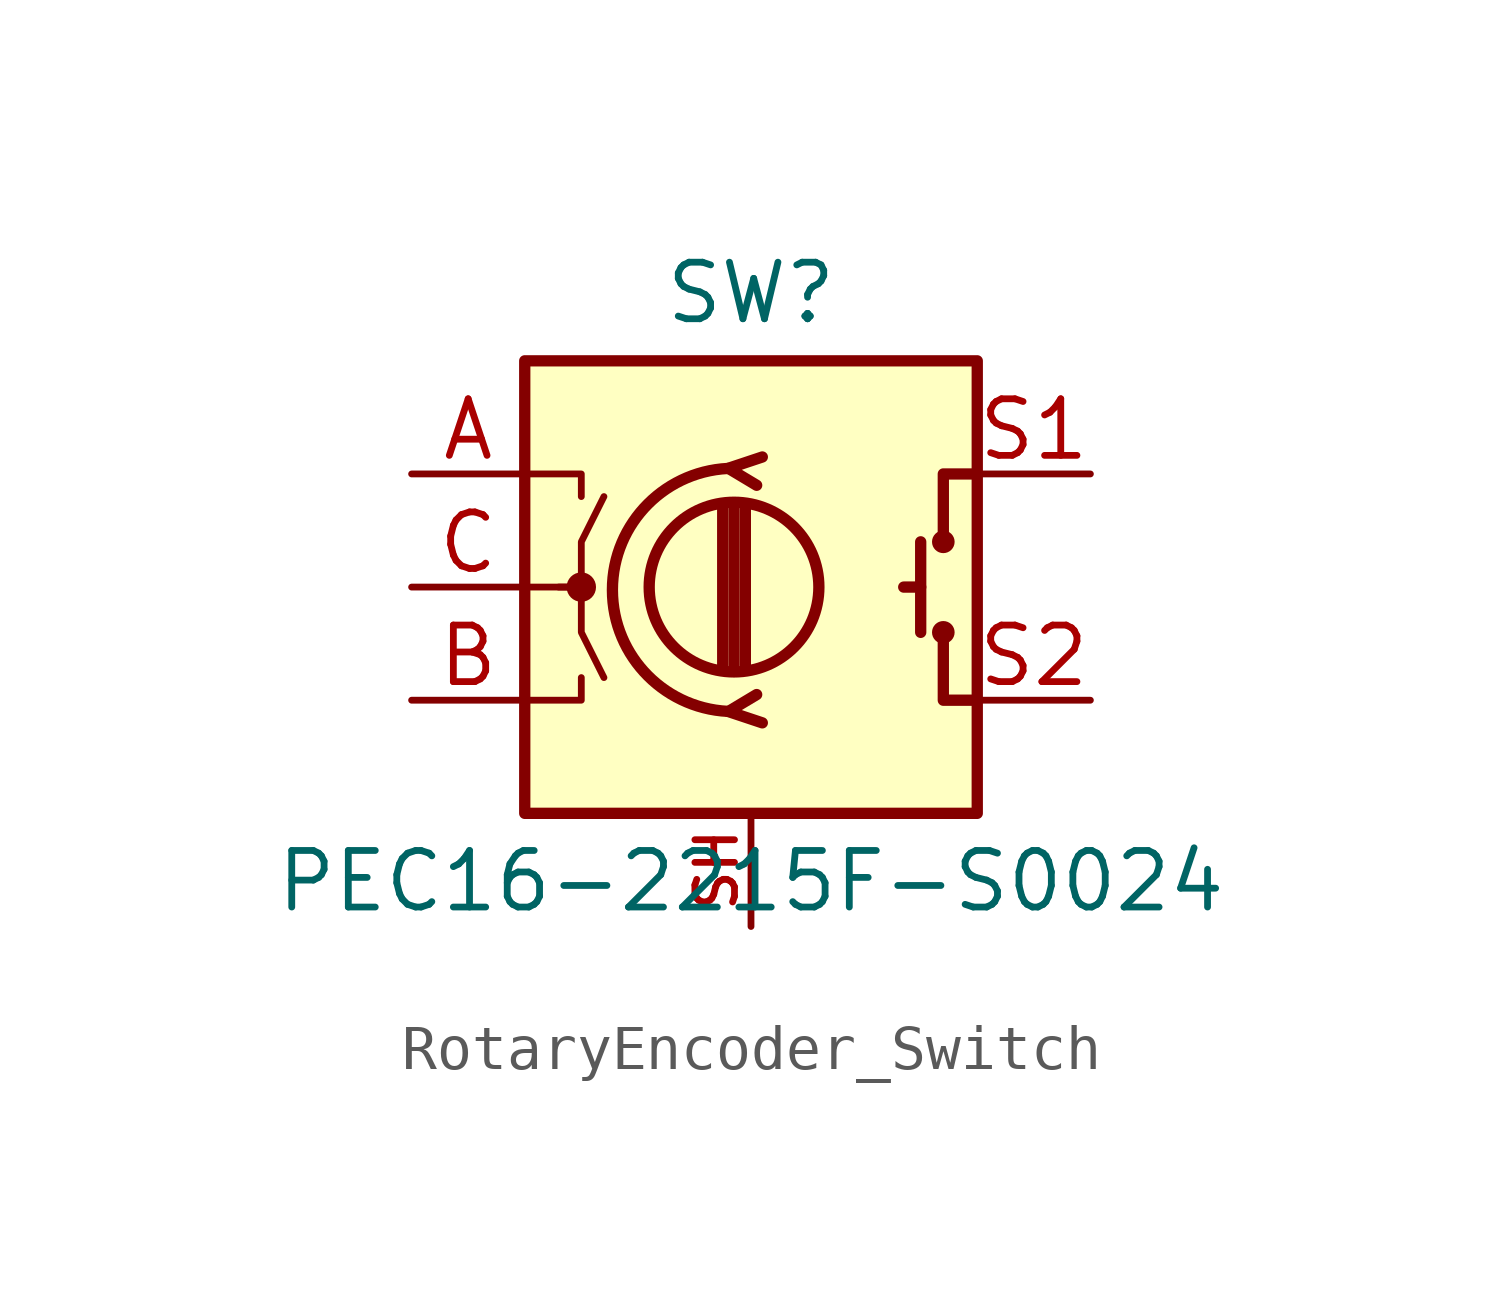
<source format=kicad_sym>
(kicad_symbol_lib
  (version 20220914)
  (generator kicad_symbol_editor)
  (symbol "RotaryEncoder_Switch"
    (pin_names
      (offset 0.254) hide)
    (property "Reference" "SW"
      (at 0 6.604 0)
      (effects (font (size 1.27 1.27))))
    (property "Value" "PEC16-2215F-S0024"
      (at 0 -6.604 0)
      (effects (font (size 1.27 1.27))))
    (symbol "RotaryEncoder_Switch_0_1"
      (rectangle (start -5.08 5.08) (end 5.08 -5.08) (stroke (width 0.254) (type default)) (fill (type background)))
      (circle (center -3.81 0) (radius 0.254) (stroke (width 0) (type default)) (fill (type outline)))
      (circle (center -0.381 0) (radius 1.905) (stroke (width 0.254) (type default)) (fill (type none)))
      (arc (start -0.381 2.667) (mid -3.0988 -0.0635) (end -0.381 -2.794) (stroke (width 0.254) (type default)) (fill (type none)))
      (polyline (pts (xy -0.635 -1.778) (xy -0.635 1.778)) (stroke (width 0.254) (type default)) (fill (type none)))
      (polyline (pts (xy -0.381 -1.778) (xy -0.381 1.778)) (stroke (width 0.254) (type default)) (fill (type none)))
      (polyline (pts (xy -0.127 1.778) (xy -0.127 -1.778)) (stroke (width 0.254) (type default)) (fill (type none)))
      (polyline (pts (xy 3.81 0) (xy 3.429 0)) (stroke (width 0.254) (type default)) (fill (type none)))
      (polyline (pts (xy 3.81 1.016) (xy 3.81 -1.016)) (stroke (width 0.254) (type default)) (fill (type none)))
      (polyline (pts (xy -5.08 -2.54) (xy -3.81 -2.54) (xy -3.81 -2.032)) (stroke (width 0) (type default)) (fill (type none)))
      (polyline (pts (xy -5.08 2.54) (xy -3.81 2.54) (xy -3.81 2.032)) (stroke (width 0) (type default)) (fill (type none)))
      (polyline (pts (xy 0.254 -3.048) (xy -0.508 -2.794) (xy 0.127 -2.413)) (stroke (width 0.254) (type default)) (fill (type none)))
      (polyline (pts (xy 0.254 2.921) (xy -0.508 2.667) (xy 0.127 2.286)) (stroke (width 0.254) (type default)) (fill (type none)))
      (polyline (pts (xy 5.08 -2.54) (xy 4.318 -2.54) (xy 4.318 -1.016)) (stroke (width 0.254) (type default)) (fill (type none)))
      (polyline (pts (xy 5.08 2.54) (xy 4.318 2.54) (xy 4.318 1.016)) (stroke (width 0.254) (type default)) (fill (type none)))
      (polyline (pts (xy -5.08 0) (xy -3.81 0) (xy -3.81 -1.016) (xy -3.302 -2.032)) (stroke (width 0) (type default)) (fill (type none)))
      (polyline (pts (xy -4.318 0) (xy -3.81 0) (xy -3.81 1.016) (xy -3.302 2.032)) (stroke (width 0) (type default)) (fill (type none)))
      (circle (center 4.318 -1.016) (radius 0.127) (stroke (width 0.254) (type default)) (fill (type none)))
      (circle (center 4.318 1.016) (radius 0.127) (stroke (width 0.254) (type default)) (fill (type none))))
    (symbol "RotaryEncoder_Switch_1_0"
      (pin passive line (at 0 -7.62 90) (length 2.54) (name "SH" (effects (font (size 0 0)))) (number "SH" (effects (font (size 0.889 0.889))))))
    (symbol "RotaryEncoder_Switch_1_1"
      (pin passive line (at -7.62 2.54 0) (length 2.54) (name "A" (effects (font (size 1.27 1.27)))) (number "A" (effects (font (size 1.27 1.27)))))
      (pin passive line (at -7.62 -2.54 0) (length 2.54) (name "B" (effects (font (size 1.27 1.27)))) (number "B" (effects (font (size 1.27 1.27)))))
      (pin passive line (at -7.62 0 0) (length 2.54) (name "C" (effects (font (size 1.27 1.27)))) (number "C" (effects (font (size 1.27 1.27)))))
      (pin passive line (at 7.62 2.54 180) (length 2.54) (name "S1" (effects (font (size 1.27 1.27)))) (number "S1" (effects (font (size 1.27 1.27)))))
      (pin passive line (at 7.62 -2.54 180) (length 2.54) (name "S2" (effects (font (size 1.27 1.27)))) (number "S2" (effects (font (size 1.27 1.27))))))))
</source>
